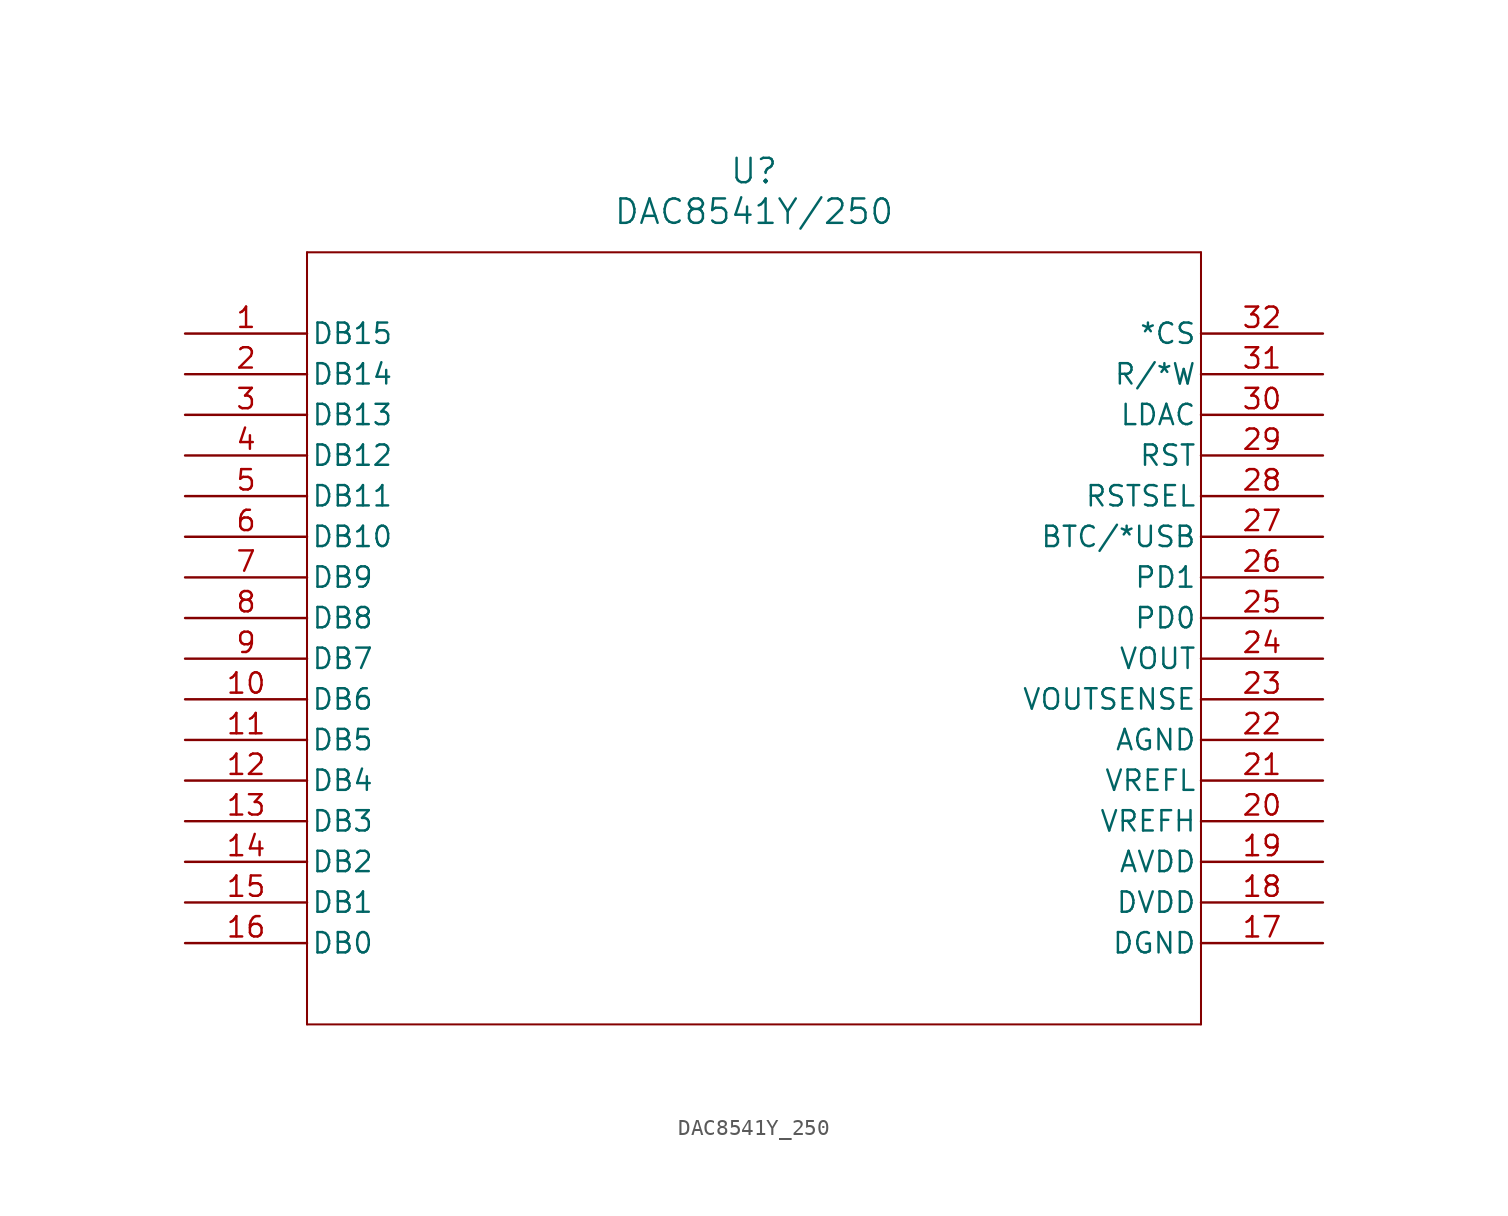
<source format=kicad_sym>
(kicad_symbol_lib
  (version 20211014)
  (generator kicad_symbol_editor)
  (symbol "DAC8541Y_250"
    (pin_names
      (offset 0.254))
    (property "Reference" "U"
      (at 35.56 10.16 0)
      (effects (font (size 1.524 1.524))))
    (property "Value" "DAC8541Y/250"
      (at 35.56 7.62 0)
      (effects (font (size 1.524 1.524))))
    (symbol "DAC8541Y_250_0_1"
      (polyline (pts (xy 7.62 5.08) (xy 7.62 -43.18)) (stroke (width 0.127) (type default) (color 0 0 0 0)) (fill (type none)))
      (polyline (pts (xy 7.62 -43.18) (xy 63.5 -43.18)) (stroke (width 0.127) (type default) (color 0 0 0 0)) (fill (type none)))
      (polyline (pts (xy 63.5 -43.18) (xy 63.5 5.08)) (stroke (width 0.127) (type default) (color 0 0 0 0)) (fill (type none)))
      (polyline (pts (xy 63.5 5.08) (xy 7.62 5.08)) (stroke (width 0.127) (type default) (color 0 0 0 0)) (fill (type none)))
      (pin bidirectional line (at 0 0 0) (length 7.62) (name "DB15" (effects (font (size 1.27 1.27)))) (number "1" (effects (font (size 1.27 1.27)))))
      (pin bidirectional line (at 0 -2.54 0) (length 7.62) (name "DB14" (effects (font (size 1.27 1.27)))) (number "2" (effects (font (size 1.27 1.27)))))
      (pin bidirectional line (at 0 -5.08 0) (length 7.62) (name "DB13" (effects (font (size 1.27 1.27)))) (number "3" (effects (font (size 1.27 1.27)))))
      (pin bidirectional line (at 0 -7.62 0) (length 7.62) (name "DB12" (effects (font (size 1.27 1.27)))) (number "4" (effects (font (size 1.27 1.27)))))
      (pin bidirectional line (at 0 -10.16 0) (length 7.62) (name "DB11" (effects (font (size 1.27 1.27)))) (number "5" (effects (font (size 1.27 1.27)))))
      (pin bidirectional line (at 0 -12.7 0) (length 7.62) (name "DB10" (effects (font (size 1.27 1.27)))) (number "6" (effects (font (size 1.27 1.27)))))
      (pin bidirectional line (at 0 -15.24 0) (length 7.62) (name "DB9" (effects (font (size 1.27 1.27)))) (number "7" (effects (font (size 1.27 1.27)))))
      (pin bidirectional line (at 0 -17.78 0) (length 7.62) (name "DB8" (effects (font (size 1.27 1.27)))) (number "8" (effects (font (size 1.27 1.27)))))
      (pin bidirectional line (at 0 -20.32 0) (length 7.62) (name "DB7" (effects (font (size 1.27 1.27)))) (number "9" (effects (font (size 1.27 1.27)))))
      (pin bidirectional line (at 0 -22.86 0) (length 7.62) (name "DB6" (effects (font (size 1.27 1.27)))) (number "10" (effects (font (size 1.27 1.27)))))
      (pin bidirectional line (at 0 -25.4 0) (length 7.62) (name "DB5" (effects (font (size 1.27 1.27)))) (number "11" (effects (font (size 1.27 1.27)))))
      (pin bidirectional line (at 0 -27.94 0) (length 7.62) (name "DB4" (effects (font (size 1.27 1.27)))) (number "12" (effects (font (size 1.27 1.27)))))
      (pin bidirectional line (at 0 -30.48 0) (length 7.62) (name "DB3" (effects (font (size 1.27 1.27)))) (number "13" (effects (font (size 1.27 1.27)))))
      (pin bidirectional line (at 0 -33.02 0) (length 7.62) (name "DB2" (effects (font (size 1.27 1.27)))) (number "14" (effects (font (size 1.27 1.27)))))
      (pin bidirectional line (at 0 -35.56 0) (length 7.62) (name "DB1" (effects (font (size 1.27 1.27)))) (number "15" (effects (font (size 1.27 1.27)))))
      (pin bidirectional line (at 0 -38.1 0) (length 7.62) (name "DB0" (effects (font (size 1.27 1.27)))) (number "16" (effects (font (size 1.27 1.27)))))
      (pin power_in line (at 71.12 -38.1 180) (length 7.62) (name "DGND" (effects (font (size 1.27 1.27)))) (number "17" (effects (font (size 1.27 1.27)))))
      (pin power_in line (at 71.12 -35.56 180) (length 7.62) (name "DVDD" (effects (font (size 1.27 1.27)))) (number "18" (effects (font (size 1.27 1.27)))))
      (pin power_in line (at 71.12 -33.02 180) (length 7.62) (name "AVDD" (effects (font (size 1.27 1.27)))) (number "19" (effects (font (size 1.27 1.27)))))
      (pin input line (at 71.12 -30.48 180) (length 7.62) (name "VREFH" (effects (font (size 1.27 1.27)))) (number "20" (effects (font (size 1.27 1.27)))))
      (pin input line (at 71.12 -27.94 180) (length 7.62) (name "VREFL" (effects (font (size 1.27 1.27)))) (number "21" (effects (font (size 1.27 1.27)))))
      (pin power_in line (at 71.12 -25.4 180) (length 7.62) (name "AGND" (effects (font (size 1.27 1.27)))) (number "22" (effects (font (size 1.27 1.27)))))
      (pin output line (at 71.12 -22.86 180) (length 7.62) (name "VOUTSENSE" (effects (font (size 1.27 1.27)))) (number "23" (effects (font (size 1.27 1.27)))))
      (pin output line (at 71.12 -20.32 180) (length 7.62) (name "VOUT" (effects (font (size 1.27 1.27)))) (number "24" (effects (font (size 1.27 1.27)))))
      (pin input line (at 71.12 -17.78 180) (length 7.62) (name "PD0" (effects (font (size 1.27 1.27)))) (number "25" (effects (font (size 1.27 1.27)))))
      (pin input line (at 71.12 -15.24 180) (length 7.62) (name "PD1" (effects (font (size 1.27 1.27)))) (number "26" (effects (font (size 1.27 1.27)))))
      (pin input line (at 71.12 -12.7 180) (length 7.62) (name "BTC/*USB" (effects (font (size 1.27 1.27)))) (number "27" (effects (font (size 1.27 1.27)))))
      (pin input line (at 71.12 -10.16 180) (length 7.62) (name "RSTSEL" (effects (font (size 1.27 1.27)))) (number "28" (effects (font (size 1.27 1.27)))))
      (pin input line (at 71.12 -7.62 180) (length 7.62) (name "RST" (effects (font (size 1.27 1.27)))) (number "29" (effects (font (size 1.27 1.27)))))
      (pin input line (at 71.12 -5.08 180) (length 7.62) (name "LDAC" (effects (font (size 1.27 1.27)))) (number "30" (effects (font (size 1.27 1.27)))))
      (pin input line (at 71.12 -2.54 180) (length 7.62) (name "R/*W" (effects (font (size 1.27 1.27)))) (number "31" (effects (font (size 1.27 1.27)))))
      (pin input line (at 71.12 0 180) (length 7.62) (name "*CS" (effects (font (size 1.27 1.27)))) (number "32" (effects (font (size 1.27 1.27))))))))
</source>
